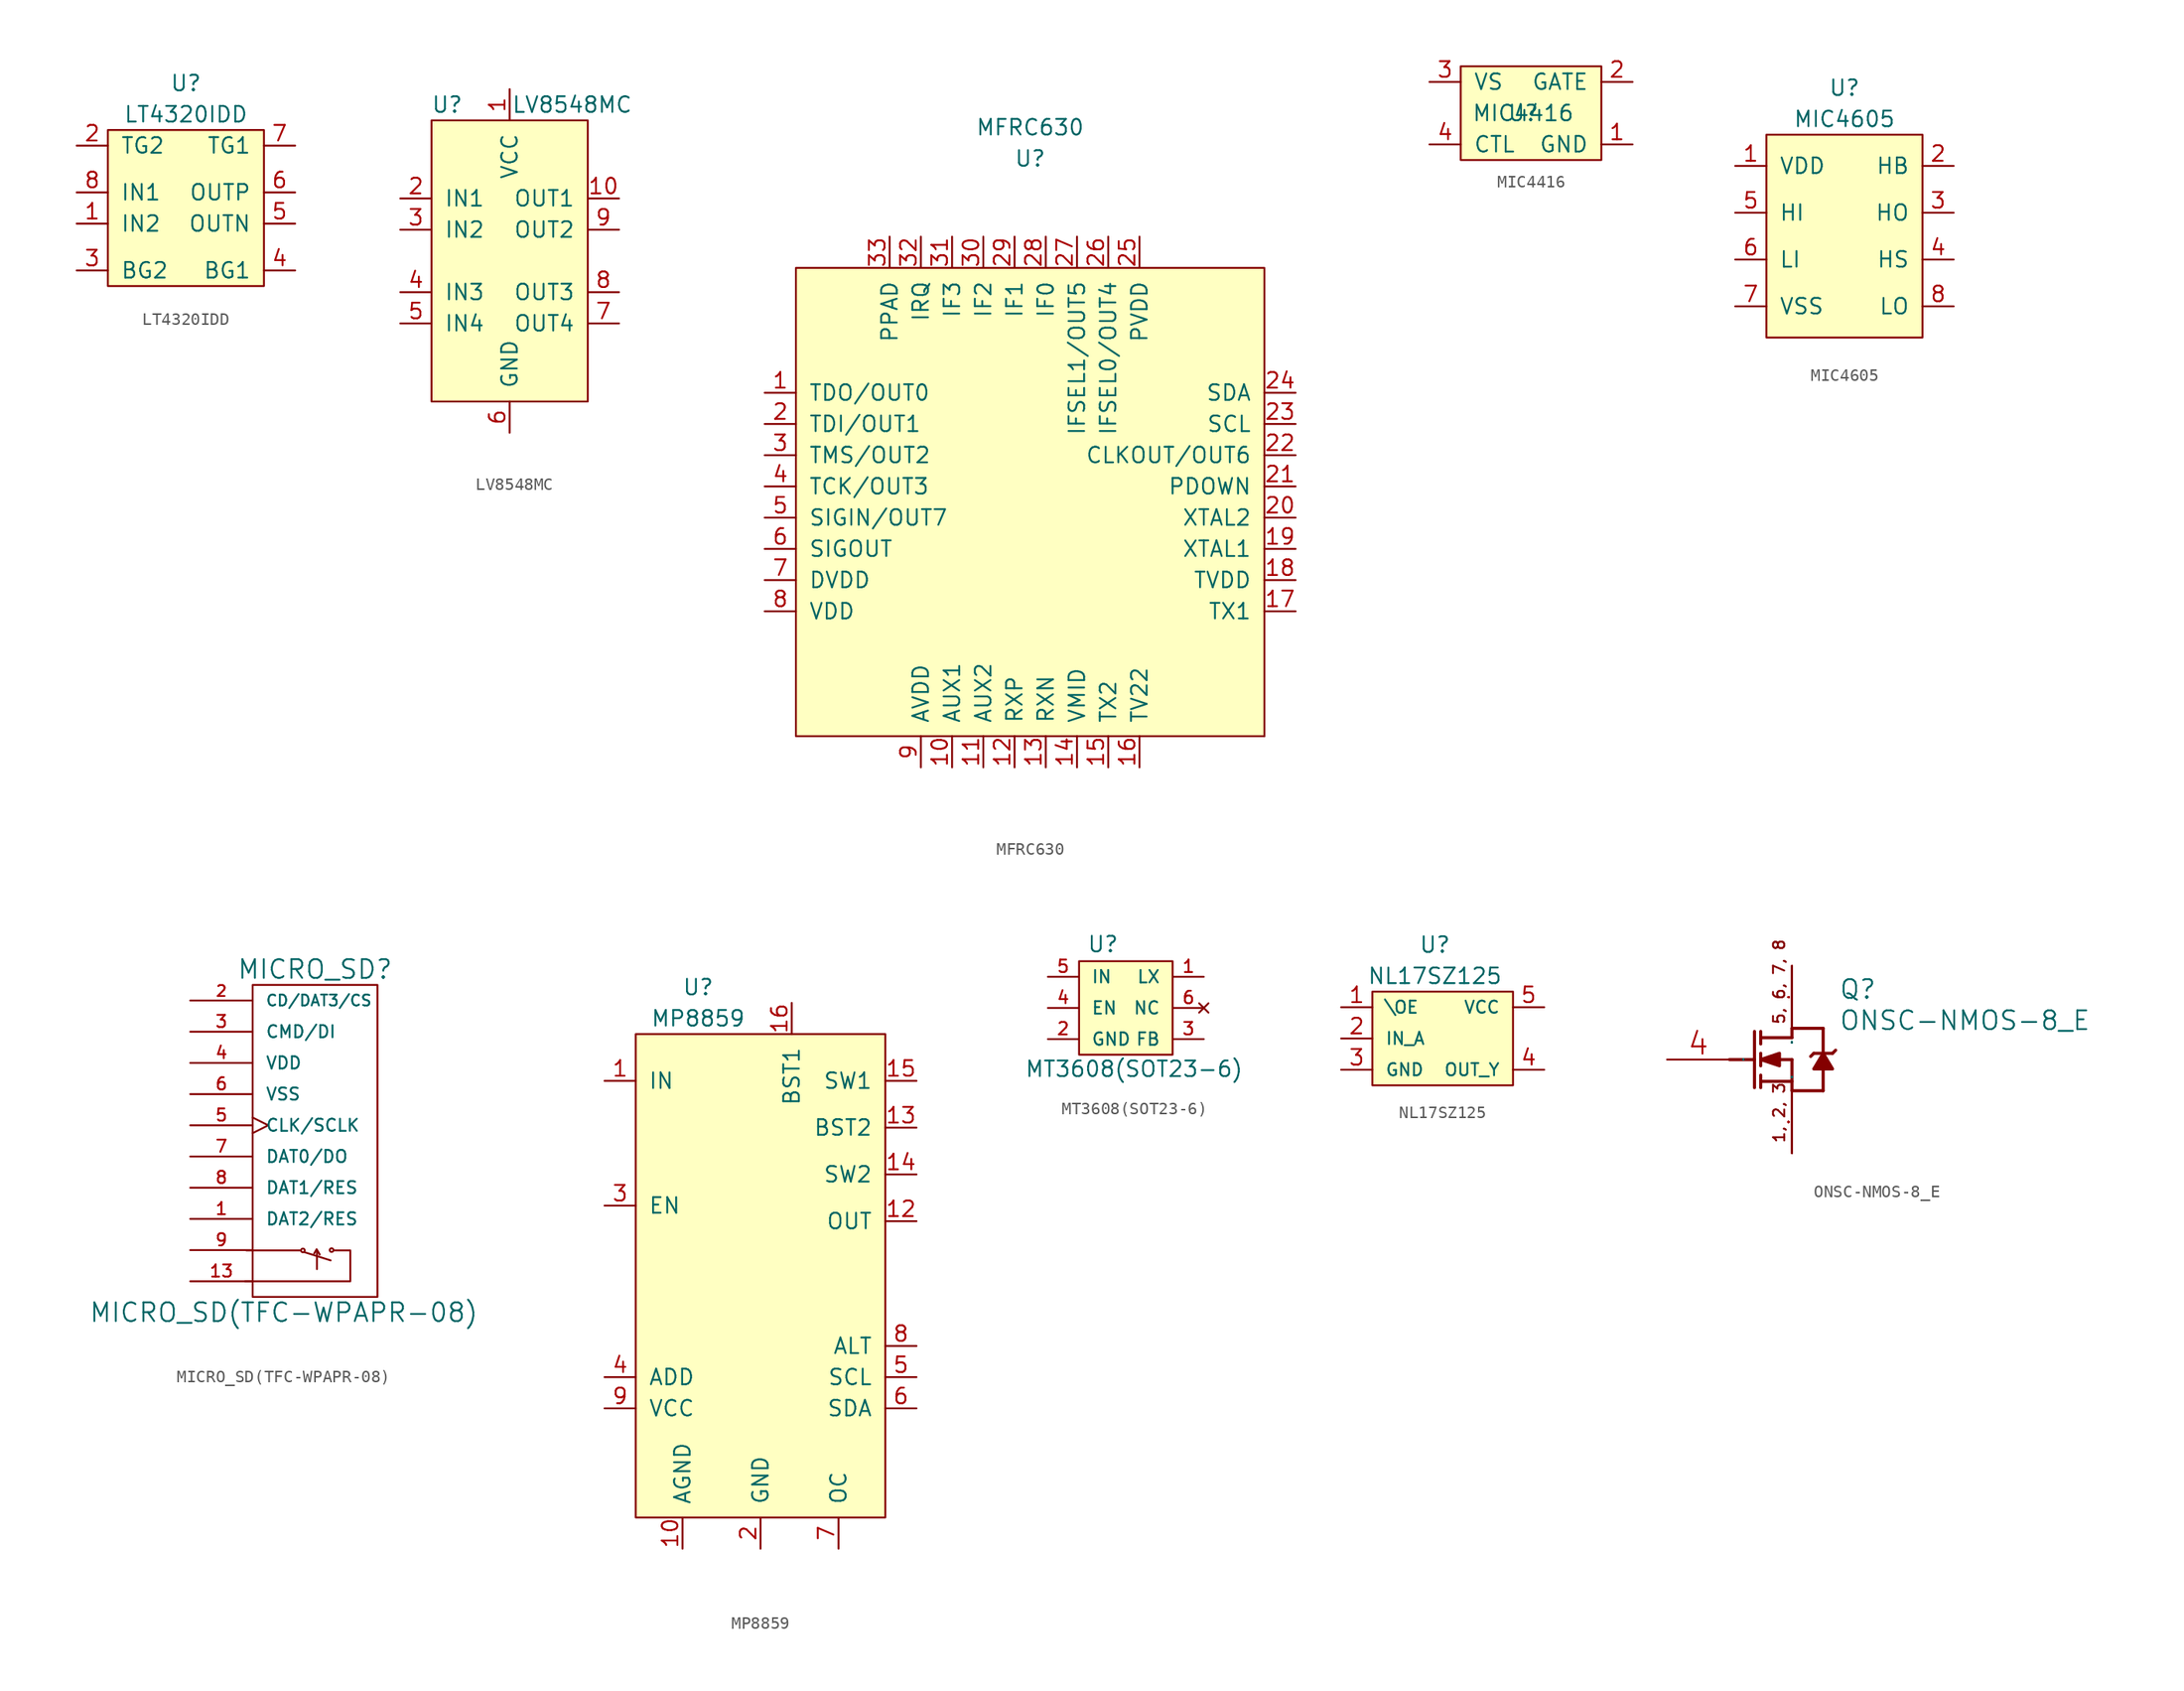
<source format=kicad_sym>
(kicad_symbol_lib
  (version 20231120)
  (generator "kicad_symbol_editor")
  (generator_version "8.0")
  (symbol "LT4320IDD"
    (pin_names
      (offset 1.016))
    (property "Reference" "U"
      (at 0 10.16 0)
      (effects (font (size 1.27 1.27))))
    (property "Value" "LT4320IDD"
      (at 0 7.62 0)
      (effects (font (size 1.27 1.27))))
    (symbol "LT4320IDD_0_1"
      (rectangle (start -6.35 6.35) (end 6.35 -6.35) (stroke (width 0) (type solid)) (fill (type background))))
    (symbol "LT4320IDD_1_1"
      (pin input line (at -8.89 -1.27 0) (length 2.54) (name "IN2" (effects (font (size 1.27 1.27)))) (number "1" (effects (font (size 1.27 1.27)))))
      (pin input line (at -8.89 5.08 0) (length 2.54) (name "TG2" (effects (font (size 1.27 1.27)))) (number "2" (effects (font (size 1.27 1.27)))))
      (pin input line (at -8.89 -5.08 0) (length 2.54) (name "BG2" (effects (font (size 1.27 1.27)))) (number "3" (effects (font (size 1.27 1.27)))))
      (pin input line (at 8.89 -5.08 180) (length 2.54) (name "BG1" (effects (font (size 1.27 1.27)))) (number "4" (effects (font (size 1.27 1.27)))))
      (pin input line (at 8.89 -1.27 180) (length 2.54) (name "OUTN" (effects (font (size 1.27 1.27)))) (number "5" (effects (font (size 1.27 1.27)))))
      (pin input line (at 8.89 1.27 180) (length 2.54) (name "OUTP" (effects (font (size 1.27 1.27)))) (number "6" (effects (font (size 1.27 1.27)))))
      (pin input line (at 8.89 5.08 180) (length 2.54) (name "TG1" (effects (font (size 1.27 1.27)))) (number "7" (effects (font (size 1.27 1.27)))))
      (pin input line (at -8.89 1.27 0) (length 2.54) (name "IN1" (effects (font (size 1.27 1.27)))) (number "8" (effects (font (size 1.27 1.27)))))))
  (symbol "LV8548MC"
    (pin_names
      (offset 1.016))
    (property "Reference" "U"
      (at -5.08 12.7 0)
      (effects (font (size 1.27 1.27))))
    (property "Value" "LV8548MC"
      (at 5.08 12.7 0)
      (effects (font (size 1.27 1.27))))
    (symbol "LV8548MC_0_1"
      (rectangle (start -6.35 11.43) (end 6.35 -11.43) (stroke (width 0) (type solid)) (fill (type background))))
    (symbol "LV8548MC_1_1"
      (pin input line (at 0 13.97 270) (length 2.54) (name "VCC" (effects (font (size 1.27 1.27)))) (number "1" (effects (font (size 1.27 1.27)))))
      (pin input line (at 8.89 5.08 180) (length 2.54) (name "OUT1" (effects (font (size 1.27 1.27)))) (number "10" (effects (font (size 1.27 1.27)))))
      (pin input line (at -8.89 5.08 0) (length 2.54) (name "IN1" (effects (font (size 1.27 1.27)))) (number "2" (effects (font (size 1.27 1.27)))))
      (pin input line (at -8.89 2.54 0) (length 2.54) (name "IN2" (effects (font (size 1.27 1.27)))) (number "3" (effects (font (size 1.27 1.27)))))
      (pin input line (at -8.89 -2.54 0) (length 2.54) (name "IN3" (effects (font (size 1.27 1.27)))) (number "4" (effects (font (size 1.27 1.27)))))
      (pin input line (at -8.89 -5.08 0) (length 2.54) (name "IN4" (effects (font (size 1.27 1.27)))) (number "5" (effects (font (size 1.27 1.27)))))
      (pin input line (at 0 -13.97 90) (length 2.54) (name "GND" (effects (font (size 1.27 1.27)))) (number "6" (effects (font (size 1.27 1.27)))))
      (pin input line (at 8.89 -5.08 180) (length 2.54) (name "OUT4" (effects (font (size 1.27 1.27)))) (number "7" (effects (font (size 1.27 1.27)))))
      (pin input line (at 8.89 -2.54 180) (length 2.54) (name "OUT3" (effects (font (size 1.27 1.27)))) (number "8" (effects (font (size 1.27 1.27)))))
      (pin input line (at 8.89 2.54 180) (length 2.54) (name "OUT2" (effects (font (size 1.27 1.27)))) (number "9" (effects (font (size 1.27 1.27)))))))
  (symbol "MFRC630"
    (pin_names
      (offset 1.016))
    (property "Reference" "U"
      (at 0 27.94 0)
      (effects (font (size 1.27 1.27))))
    (property "Value" "MFRC630"
      (at 0 30.48 0)
      (effects (font (size 1.27 1.27))))
    (symbol "MFRC630_0_1"
      (rectangle (start -19.05 19.05) (end 19.05 -19.05) (stroke (width 0) (type solid)) (fill (type background)))
      (rectangle (start 19.05 -19.05) (end 19.05 -19.05) (stroke (width 0) (type solid)) (fill (type none))))
    (symbol "MFRC630_1_1"
      (pin input line (at -21.59 8.89 0) (length 2.54) (name "TDO/OUT0" (effects (font (size 1.27 1.27)))) (number "1" (effects (font (size 1.27 1.27)))))
      (pin input line (at -6.35 -21.59 90) (length 2.54) (name "AUX1" (effects (font (size 1.27 1.27)))) (number "10" (effects (font (size 1.27 1.27)))))
      (pin input line (at -3.81 -21.59 90) (length 2.54) (name "AUX2" (effects (font (size 1.27 1.27)))) (number "11" (effects (font (size 1.27 1.27)))))
      (pin input line (at -1.27 -21.59 90) (length 2.54) (name "RXP" (effects (font (size 1.27 1.27)))) (number "12" (effects (font (size 1.27 1.27)))))
      (pin input line (at 1.27 -21.59 90) (length 2.54) (name "RXN" (effects (font (size 1.27 1.27)))) (number "13" (effects (font (size 1.27 1.27)))))
      (pin input line (at 3.81 -21.59 90) (length 2.54) (name "VMID" (effects (font (size 1.27 1.27)))) (number "14" (effects (font (size 1.27 1.27)))))
      (pin input line (at 6.35 -21.59 90) (length 2.54) (name "TX2" (effects (font (size 1.27 1.27)))) (number "15" (effects (font (size 1.27 1.27)))))
      (pin input line (at 8.89 -21.59 90) (length 2.54) (name "TV22" (effects (font (size 1.27 1.27)))) (number "16" (effects (font (size 1.27 1.27)))))
      (pin input line (at 21.59 -8.89 180) (length 2.54) (name "TX1" (effects (font (size 1.27 1.27)))) (number "17" (effects (font (size 1.27 1.27)))))
      (pin input line (at 21.59 -6.35 180) (length 2.54) (name "TVDD" (effects (font (size 1.27 1.27)))) (number "18" (effects (font (size 1.27 1.27)))))
      (pin input line (at 21.59 -3.81 180) (length 2.54) (name "XTAL1" (effects (font (size 1.27 1.27)))) (number "19" (effects (font (size 1.27 1.27)))))
      (pin input line (at -21.59 6.35 0) (length 2.54) (name "TDI/OUT1" (effects (font (size 1.27 1.27)))) (number "2" (effects (font (size 1.27 1.27)))))
      (pin input line (at 21.59 -1.27 180) (length 2.54) (name "XTAL2" (effects (font (size 1.27 1.27)))) (number "20" (effects (font (size 1.27 1.27)))))
      (pin input line (at 21.59 1.27 180) (length 2.54) (name "PDOWN" (effects (font (size 1.27 1.27)))) (number "21" (effects (font (size 1.27 1.27)))))
      (pin input line (at 21.59 3.81 180) (length 2.54) (name "CLKOUT/OUT6" (effects (font (size 1.27 1.27)))) (number "22" (effects (font (size 1.27 1.27)))))
      (pin input line (at 21.59 6.35 180) (length 2.54) (name "SCL" (effects (font (size 1.27 1.27)))) (number "23" (effects (font (size 1.27 1.27)))))
      (pin input line (at 21.59 8.89 180) (length 2.54) (name "SDA" (effects (font (size 1.27 1.27)))) (number "24" (effects (font (size 1.27 1.27)))))
      (pin input line (at 8.89 21.59 270) (length 2.54) (name "PVDD" (effects (font (size 1.27 1.27)))) (number "25" (effects (font (size 1.27 1.27)))))
      (pin input line (at 6.35 21.59 270) (length 2.54) (name "IFSEL0/OUT4" (effects (font (size 1.27 1.27)))) (number "26" (effects (font (size 1.27 1.27)))))
      (pin input line (at 3.81 21.59 270) (length 2.54) (name "IFSEL1/OUT5" (effects (font (size 1.27 1.27)))) (number "27" (effects (font (size 1.27 1.27)))))
      (pin input line (at 1.27 21.59 270) (length 2.54) (name "IF0" (effects (font (size 1.27 1.27)))) (number "28" (effects (font (size 1.27 1.27)))))
      (pin input line (at -1.27 21.59 270) (length 2.54) (name "IF1" (effects (font (size 1.27 1.27)))) (number "29" (effects (font (size 1.27 1.27)))))
      (pin input line (at -21.59 3.81 0) (length 2.54) (name "TMS/OUT2" (effects (font (size 1.27 1.27)))) (number "3" (effects (font (size 1.27 1.27)))))
      (pin input line (at -3.81 21.59 270) (length 2.54) (name "IF2" (effects (font (size 1.27 1.27)))) (number "30" (effects (font (size 1.27 1.27)))))
      (pin input line (at -6.35 21.59 270) (length 2.54) (name "IF3" (effects (font (size 1.27 1.27)))) (number "31" (effects (font (size 1.27 1.27)))))
      (pin input line (at -8.89 21.59 270) (length 2.54) (name "IRQ" (effects (font (size 1.27 1.27)))) (number "32" (effects (font (size 1.27 1.27)))))
      (pin input line (at -11.43 21.59 270) (length 2.54) (name "PPAD" (effects (font (size 1.27 1.27)))) (number "33" (effects (font (size 1.27 1.27)))))
      (pin input line (at -21.59 1.27 0) (length 2.54) (name "TCK/OUT3" (effects (font (size 1.27 1.27)))) (number "4" (effects (font (size 1.27 1.27)))))
      (pin input line (at -21.59 -1.27 0) (length 2.54) (name "SIGIN/OUT7" (effects (font (size 1.27 1.27)))) (number "5" (effects (font (size 1.27 1.27)))))
      (pin input line (at -21.59 -3.81 0) (length 2.54) (name "SIGOUT" (effects (font (size 1.27 1.27)))) (number "6" (effects (font (size 1.27 1.27)))))
      (pin input line (at -21.59 -6.35 0) (length 2.54) (name "DVDD" (effects (font (size 1.27 1.27)))) (number "7" (effects (font (size 1.27 1.27)))))
      (pin input line (at -21.59 -8.89 0) (length 2.54) (name "VDD" (effects (font (size 1.27 1.27)))) (number "8" (effects (font (size 1.27 1.27)))))
      (pin input line (at -8.89 -21.59 90) (length 2.54) (name "AVDD" (effects (font (size 1.27 1.27)))) (number "9" (effects (font (size 1.27 1.27)))))))
  (symbol "MIC4416"
    (pin_names
      (offset 1.016))
    (property "Reference" "U"
      (at 0 0 0)
      (effects (font (size 1.27 1.27))))
    (property "Value" "MIC4416"
      (at 0 0 0)
      (effects (font (size 1.27 1.27))))
    (symbol "MIC4416_0_1"
      (rectangle (start -5.08 3.81) (end 6.35 -3.81) (stroke (width 0) (type solid)) (fill (type background))))
    (symbol "MIC4416_1_1"
      (pin input line (at 8.89 -2.54 180) (length 2.54) (name "GND" (effects (font (size 1.27 1.27)))) (number "1" (effects (font (size 1.27 1.27)))))
      (pin input line (at 8.89 2.54 180) (length 2.54) (name "GATE" (effects (font (size 1.27 1.27)))) (number "2" (effects (font (size 1.27 1.27)))))
      (pin input line (at -7.62 2.54 0) (length 2.54) (name "VS" (effects (font (size 1.27 1.27)))) (number "3" (effects (font (size 1.27 1.27)))))
      (pin input line (at -7.62 -2.54 0) (length 2.54) (name "CTL" (effects (font (size 1.27 1.27)))) (number "4" (effects (font (size 1.27 1.27)))))))
  (symbol "MIC4605"
    (pin_names
      (offset 1.016))
    (property "Reference" "U"
      (at 0 12.7 0)
      (effects (font (size 1.27 1.27))))
    (property "Value" "MIC4605"
      (at 0 10.16 0)
      (effects (font (size 1.27 1.27))))
    (symbol "MIC4605_0_1"
      (rectangle (start -6.35 8.89) (end 6.35 -7.62) (stroke (width 0) (type solid)) (fill (type background))))
    (symbol "MIC4605_1_1"
      (pin input line (at -8.89 6.35 0) (length 2.54) (name "VDD" (effects (font (size 1.27 1.27)))) (number "1" (effects (font (size 1.27 1.27)))))
      (pin input line (at 8.89 6.35 180) (length 2.54) (name "HB" (effects (font (size 1.27 1.27)))) (number "2" (effects (font (size 1.27 1.27)))))
      (pin input line (at 8.89 2.54 180) (length 2.54) (name "HO" (effects (font (size 1.27 1.27)))) (number "3" (effects (font (size 1.27 1.27)))))
      (pin input line (at 8.89 -1.27 180) (length 2.54) (name "HS" (effects (font (size 1.27 1.27)))) (number "4" (effects (font (size 1.27 1.27)))))
      (pin input line (at -8.89 2.54 0) (length 2.54) (name "HI" (effects (font (size 1.27 1.27)))) (number "5" (effects (font (size 1.27 1.27)))))
      (pin input line (at -8.89 -1.27 0) (length 2.54) (name "LI" (effects (font (size 1.27 1.27)))) (number "6" (effects (font (size 1.27 1.27)))))
      (pin input line (at -8.89 -5.08 0) (length 2.54) (name "VSS" (effects (font (size 1.27 1.27)))) (number "7" (effects (font (size 1.27 1.27)))))
      (pin input line (at 8.89 -5.08 180) (length 2.54) (name "LO" (effects (font (size 1.27 1.27)))) (number "8" (effects (font (size 1.27 1.27)))))))
  (symbol "MICRO_SD(TFC-WPAPR-08)"
    (pin_names
      (offset 1.016))
    (property "Reference" "MICRO_SD"
      (at 2.54 15.24 0)
      (effects (font (size 1.524 1.524))))
    (property "Value" "MICRO_SD(TFC-WPAPR-08)"
      (at 0 -12.7 0)
      (effects (font (size 1.524 1.524))))
    (property "Footprint" ""
      (at 6.35 0 0)
      (effects (font (size 1.524 1.524))))
    (property "Datasheet" ""
      (at 6.35 0 0)
      (effects (font (size 1.524 1.524))))
    (symbol "MICRO_SD(TFC-WPAPR-08)_0_0"
      (rectangle (start -2.54 13.97) (end 7.62 -11.43) (stroke (width 0) (type solid)) (fill (type none)))
      (polyline (pts (xy 2.642 -7.595) (xy 2.464 -7.899)) (stroke (width 0) (type solid)) (fill (type none)))
      (polyline (pts (xy 2.692 -7.696) (xy 2.692 -9.169)) (stroke (width 0) (type solid)) (fill (type none)))
      (polyline (pts (xy 2.667 -7.544) (xy 2.921 -7.976) (xy 2.896 -7.976)) (stroke (width 0) (type solid)) (fill (type none))))
    (symbol "MICRO_SD(TFC-WPAPR-08)_0_1"
      (polyline (pts (xy -3.048 -7.645) (xy 1.295 -7.645)) (stroke (width 0) (type solid)) (fill (type none)))
      (polyline (pts (xy 1.702 -7.798) (xy 3.81 -8.458)) (stroke (width 0) (type solid)) (fill (type none)))
      (polyline (pts (xy -3.15 -10.16) (xy 5.41 -10.16) (xy 5.41 -7.645) (xy 4.14 -7.645)) (stroke (width 0) (type solid)) (fill (type none)))
      (circle (center 1.549 -7.645) (radius 0.152) (stroke (width 0) (type solid)) (fill (type none)))
      (circle (center 3.886 -7.62) (radius 0.152) (stroke (width 0) (type solid)) (fill (type none))))
    (symbol "MICRO_SD(TFC-WPAPR-08)_1_1"
      (pin bidirectional line (at -7.62 -5.08 0) (length 5.08) (name "DAT2/RES" (effects (font (size 0.991 0.991)))) (number "1" (effects (font (size 0.991 0.991)))))
      (pin passive line (at -7.62 -10.16 0) (length 5.08) hide (name "~" (effects (font (size 0.991 0.991)))) (number "10" (effects (font (size 0.991 0.991)))))
      (pin passive line (at -7.62 -10.16 0) (length 5.08) hide (name "~" (effects (font (size 0.991 0.991)))) (number "11" (effects (font (size 0.991 0.991)))))
      (pin passive line (at -7.62 -10.16 0) (length 5.08) hide (name "~" (effects (font (size 0.991 0.991)))) (number "12" (effects (font (size 0.991 0.991)))))
      (pin passive line (at -7.62 -10.16 0) (length 5.08) (name "~" (effects (font (size 0.991 0.991)))) (number "13" (effects (font (size 0.991 0.991)))))
      (pin bidirectional line (at -7.62 12.7 0) (length 5.08) (name "CD/DAT3/CS" (effects (font (size 0.889 0.889)))) (number "2" (effects (font (size 0.889 0.889)))))
      (pin input line (at -7.62 10.16 0) (length 5.08) (name "CMD/DI" (effects (font (size 0.991 0.991)))) (number "3" (effects (font (size 0.991 0.991)))))
      (pin power_in line (at -7.62 7.62 0) (length 5.08) (name "VDD" (effects (font (size 0.991 0.991)))) (number "4" (effects (font (size 0.991 0.991)))))
      (pin input clock (at -7.62 2.54 0) (length 5.08) (name "CLK/SCLK" (effects (font (size 0.991 0.991)))) (number "5" (effects (font (size 0.991 0.991)))))
      (pin power_in line (at -7.62 5.08 0) (length 5.08) (name "VSS" (effects (font (size 0.991 0.991)))) (number "6" (effects (font (size 0.991 0.991)))))
      (pin bidirectional line (at -7.62 0 0) (length 5.08) (name "DAT0/DO" (effects (font (size 0.991 0.991)))) (number "7" (effects (font (size 0.991 0.991)))))
      (pin bidirectional line (at -7.62 -2.54 0) (length 5.08) (name "DAT1/RES" (effects (font (size 0.991 0.991)))) (number "8" (effects (font (size 0.991 0.991)))))
      (pin passive line (at -7.62 -7.62 0) (length 5.08) (name "~" (effects (font (size 0.991 0.991)))) (number "9" (effects (font (size 0.991 0.991)))))))
  (symbol "MP8859"
    (pin_names
      (offset 1.016))
    (property "Reference" "U"
      (at -5.08 20.32 0)
      (effects (font (size 1.27 1.27))))
    (property "Value" "MP8859"
      (at -5.08 17.78 0)
      (effects (font (size 1.27 1.27))))
    (symbol "MP8859_0_1"
      (rectangle (start -10.16 16.51) (end 10.16 -22.86) (stroke (width 0) (type solid)) (fill (type background))))
    (symbol "MP8859_1_1"
      (pin input line (at -12.7 12.7 0) (length 2.54) (name "IN" (effects (font (size 1.27 1.27)))) (number "1" (effects (font (size 1.27 1.27)))))
      (pin input line (at -6.35 -25.4 90) (length 2.54) (name "AGND" (effects (font (size 1.27 1.27)))) (number "10" (effects (font (size 1.27 1.27)))))
      (pin input line (at 12.7 1.27 180) (length 2.54) (name "OUT" (effects (font (size 1.27 1.27)))) (number "12" (effects (font (size 1.27 1.27)))))
      (pin input line (at 12.7 8.89 180) (length 2.54) (name "BST2" (effects (font (size 1.27 1.27)))) (number "13" (effects (font (size 1.27 1.27)))))
      (pin input line (at 12.7 5.08 180) (length 2.54) (name "SW2" (effects (font (size 1.27 1.27)))) (number "14" (effects (font (size 1.27 1.27)))))
      (pin input line (at 12.7 12.7 180) (length 2.54) (name "SW1" (effects (font (size 1.27 1.27)))) (number "15" (effects (font (size 1.27 1.27)))))
      (pin input line (at 2.54 19.05 270) (length 2.54) (name "BST1" (effects (font (size 1.27 1.27)))) (number "16" (effects (font (size 1.27 1.27)))))
      (pin input line (at 0 -25.4 90) (length 2.54) (name "GND" (effects (font (size 1.27 1.27)))) (number "2" (effects (font (size 1.27 1.27)))))
      (pin input line (at -12.7 2.54 0) (length 2.54) (name "EN" (effects (font (size 1.27 1.27)))) (number "3" (effects (font (size 1.27 1.27)))))
      (pin input line (at -12.7 -11.43 0) (length 2.54) (name "ADD" (effects (font (size 1.27 1.27)))) (number "4" (effects (font (size 1.27 1.27)))))
      (pin input line (at 12.7 -11.43 180) (length 2.54) (name "SCL" (effects (font (size 1.27 1.27)))) (number "5" (effects (font (size 1.27 1.27)))))
      (pin input line (at 12.7 -13.97 180) (length 2.54) (name "SDA" (effects (font (size 1.27 1.27)))) (number "6" (effects (font (size 1.27 1.27)))))
      (pin input line (at 6.35 -25.4 90) (length 2.54) (name "OC" (effects (font (size 1.27 1.27)))) (number "7" (effects (font (size 1.27 1.27)))))
      (pin input line (at 12.7 -8.89 180) (length 2.54) (name "ALT" (effects (font (size 1.27 1.27)))) (number "8" (effects (font (size 1.27 1.27)))))
      (pin input line (at -12.7 -13.97 0) (length 2.54) (name "VCC" (effects (font (size 1.27 1.27)))) (number "9" (effects (font (size 1.27 1.27)))))))
  (symbol "MT3608(SOT23-6)"
    (pin_names
      (offset 1.016))
    (property "Reference" "U"
      (at -1.905 4.445 0)
      (effects (font (size 1.27 1.27)) (justify left bottom)))
    (property "Value" "MT3608(SOT23-6)"
      (at -6.985 -5.715 0)
      (effects (font (size 1.27 1.27)) (justify left bottom)))
    (property "Datasheet" ""
      (at 2.54 0 0)
      (effects (font (size 1.524 1.524))))
    (symbol "MT3608(SOT23-6)_1_0"
      (rectangle (start -2.54 3.81) (end 5.08 -3.81) (stroke (width 0) (type solid)) (fill (type background))))
    (symbol "MT3608(SOT23-6)_1_1"
      (pin output line (at 7.62 2.54 180) (length 2.489) (name "LX" (effects (font (size 1.016 1.016)))) (number "1" (effects (font (size 1.016 1.016)))))
      (pin power_in line (at -5.08 -2.54 0) (length 2.489) (name "GND" (effects (font (size 1.016 1.016)))) (number "2" (effects (font (size 1.016 1.016)))))
      (pin input line (at 7.62 -2.54 180) (length 2.489) (name "FB" (effects (font (size 1.016 1.016)))) (number "3" (effects (font (size 1.016 1.016)))))
      (pin input line (at -5.08 0 0) (length 2.489) (name "EN" (effects (font (size 1.016 1.016)))) (number "4" (effects (font (size 1.016 1.016)))))
      (pin input line (at -5.08 2.54 0) (length 2.489) (name "IN" (effects (font (size 1.016 1.016)))) (number "5" (effects (font (size 1.016 1.016)))))
      (pin no_connect line (at 7.62 0 180) (length 2.489) (name "NC" (effects (font (size 1.016 1.016)))) (number "6" (effects (font (size 1.016 1.016)))))))
  (symbol "NL17SZ125"
    (pin_names
      (offset 1.016))
    (property "Reference" "U"
      (at 0 7.62 0)
      (effects (font (size 1.27 1.27))))
    (property "Value" "NL17SZ125"
      (at 0 5.08 0)
      (effects (font (size 1.27 1.27))))
    (symbol "NL17SZ125_0_1"
      (rectangle (start -5.08 3.81) (end 6.35 -3.81) (stroke (width 0) (type solid)) (fill (type background))))
    (symbol "NL17SZ125_1_1"
      (pin input line (at -7.62 2.54 0) (length 2.54) (name "\\OE" (effects (font (size 0.991 0.991)))) (number "1" (effects (font (size 1.27 1.27)))))
      (pin input line (at -7.62 0 0) (length 2.54) (name "IN_A" (effects (font (size 0.991 0.991)))) (number "2" (effects (font (size 1.27 1.27)))))
      (pin input line (at -7.62 -2.54 0) (length 2.54) (name "GND" (effects (font (size 0.991 0.991)))) (number "3" (effects (font (size 1.27 1.27)))))
      (pin input line (at 8.89 -2.54 180) (length 2.54) (name "OUT_Y" (effects (font (size 0.991 0.991)))) (number "4" (effects (font (size 1.27 1.27)))))
      (pin input line (at 8.89 2.54 180) (length 2.54) (name "VCC" (effects (font (size 0.991 0.991)))) (number "5" (effects (font (size 1.27 1.27)))))))
  (symbol "ONSC-NMOS-8_E"
    (pin_names
      (offset 1.016))
    (property "Reference" "Q"
      (at 8.89 2.286 0)
      (effects (font (size 1.524 1.524)) (justify left bottom)))
    (property "Value" "ONSC-NMOS-8_E"
      (at 8.89 -0.254 0)
      (effects (font (size 1.524 1.524)) (justify left bottom)))
    (property "Footprint" ""
      (at 0 0 0)
      (effects (font (size 1.524 1.524))))
    (property "Datasheet" ""
      (at 0 0 0)
      (effects (font (size 1.524 1.524))))
    (symbol "ONSC-NMOS-8_E_0_1"
      (polyline (pts (xy 0 -2.54) (xy 2.032 -2.54)) (stroke (width 0.254) (type solid)) (fill (type none)))
      (polyline (pts (xy 2.032 -0.254) (xy 2.032 -4.826)) (stroke (width 0.254) (type solid)) (fill (type none)))
      (polyline (pts (xy 2.54 -4.826) (xy 2.54 -3.81)) (stroke (width 0.254) (type solid)) (fill (type none)))
      (polyline (pts (xy 2.54 -3.048) (xy 2.54 -2.032)) (stroke (width 0.254) (type solid)) (fill (type none)))
      (polyline (pts (xy 2.54 -0.254) (xy 2.54 -1.27)) (stroke (width 0.254) (type solid)) (fill (type none)))
      (polyline (pts (xy 5.08 -5.08) (xy 7.62 -5.08)) (stroke (width 0.254) (type solid)) (fill (type none)))
      (polyline (pts (xy 5.08 -4.318) (xy 2.54 -4.318)) (stroke (width 0.254) (type solid)) (fill (type none)))
      (polyline (pts (xy 5.08 -2.54) (xy 2.54 -2.54)) (stroke (width 0.254) (type solid)) (fill (type none)))
      (polyline (pts (xy 5.08 -2.54) (xy 5.08 -5.08)) (stroke (width 0.254) (type solid)) (fill (type none)))
      (polyline (pts (xy 5.08 -0.762) (xy 2.54 -0.762)) (stroke (width 0.254) (type solid)) (fill (type none)))
      (polyline (pts (xy 5.08 -0.762) (xy 5.08 0)) (stroke (width 0.254) (type solid)) (fill (type none)))
      (polyline (pts (xy 5.08 0) (xy 7.62 0)) (stroke (width 0.254) (type solid)) (fill (type none)))
      (polyline (pts (xy 6.858 -2.032) (xy 6.604 -2.286)) (stroke (width 0.254) (type solid)) (fill (type none)))
      (polyline (pts (xy 6.858 -2.032) (xy 8.382 -2.032)) (stroke (width 0.254) (type solid)) (fill (type none)))
      (polyline (pts (xy 7.62 -5.08) (xy 7.62 -3.302)) (stroke (width 0.254) (type solid)) (fill (type none)))
      (polyline (pts (xy 7.62 0) (xy 7.62 -2.032)) (stroke (width 0.254) (type solid)) (fill (type none)))
      (polyline (pts (xy 8.382 -2.032) (xy 8.636 -1.778)) (stroke (width 0.254) (type solid)) (fill (type none)))
      (polyline (pts (xy 2.54 -2.54) (xy 4.064 -2.032) (xy 4.064 -3.048) (xy 2.54 -2.54)) (stroke (width 0.254) (type solid)) (fill (type outline)))
      (polyline (pts (xy 7.62 -2.032) (xy 8.382 -3.302) (xy 6.858 -3.302) (xy 7.62 -2.032)) (stroke (width 0.254) (type solid)) (fill (type outline)))
      (pin passive line (at 5.08 -10.16 90) (length 5.08) (name "S" (effects (font (size 0.025 0.025)))) (number "1" (effects (font (size 0.025 0.025)))))
      (pin passive line (at 5.08 -10.16 90) (length 5.08) (name "S" (effects (font (size 0.025 0.025)))) (number "2" (effects (font (size 0.025 0.025)))))
      (pin passive line (at 5.08 -10.16 90) (length 5.08) (name "S" (effects (font (size 0.025 0.025)))) (number "3" (effects (font (size 0.025 0.025)))))
      (pin passive line (at -5.08 -2.54 0) (length 5.08) (name "G" (effects (font (size 0.025 0.025)))) (number "4" (effects (font (size 1.778 1.778)))))
      (pin passive line (at 5.08 5.08 270) (length 5.08) (name "D" (effects (font (size 0.025 0.025)))) (number "5" (effects (font (size 0.025 0.025)))))
      (pin passive line (at 5.08 5.08 270) (length 5.08) (name "D" (effects (font (size 0.025 0.025)))) (number "6" (effects (font (size 0.025 0.025)))))
      (pin passive line (at 5.08 5.08 270) (length 5.08) (name "D" (effects (font (size 0.025 0.025)))) (number "7" (effects (font (size 0.025 0.025)))))
      (pin passive line (at 5.08 5.08 270) (length 5.08) (name "D" (effects (font (size 0.025 0.025)))) (number "8" (effects (font (size 0.025 0.025))))))
    (symbol "ONSC-NMOS-8_E_1_1"
      (text "1, 2, 3" (at 4.572 -9.398 900) (effects (font (size 0.914 0.914)) (justify left bottom)))
      (text "5, 6, 7, 8" (at 4.572 0.254 900) (effects (font (size 0.914 0.914)) (justify left bottom))))))
</source>
